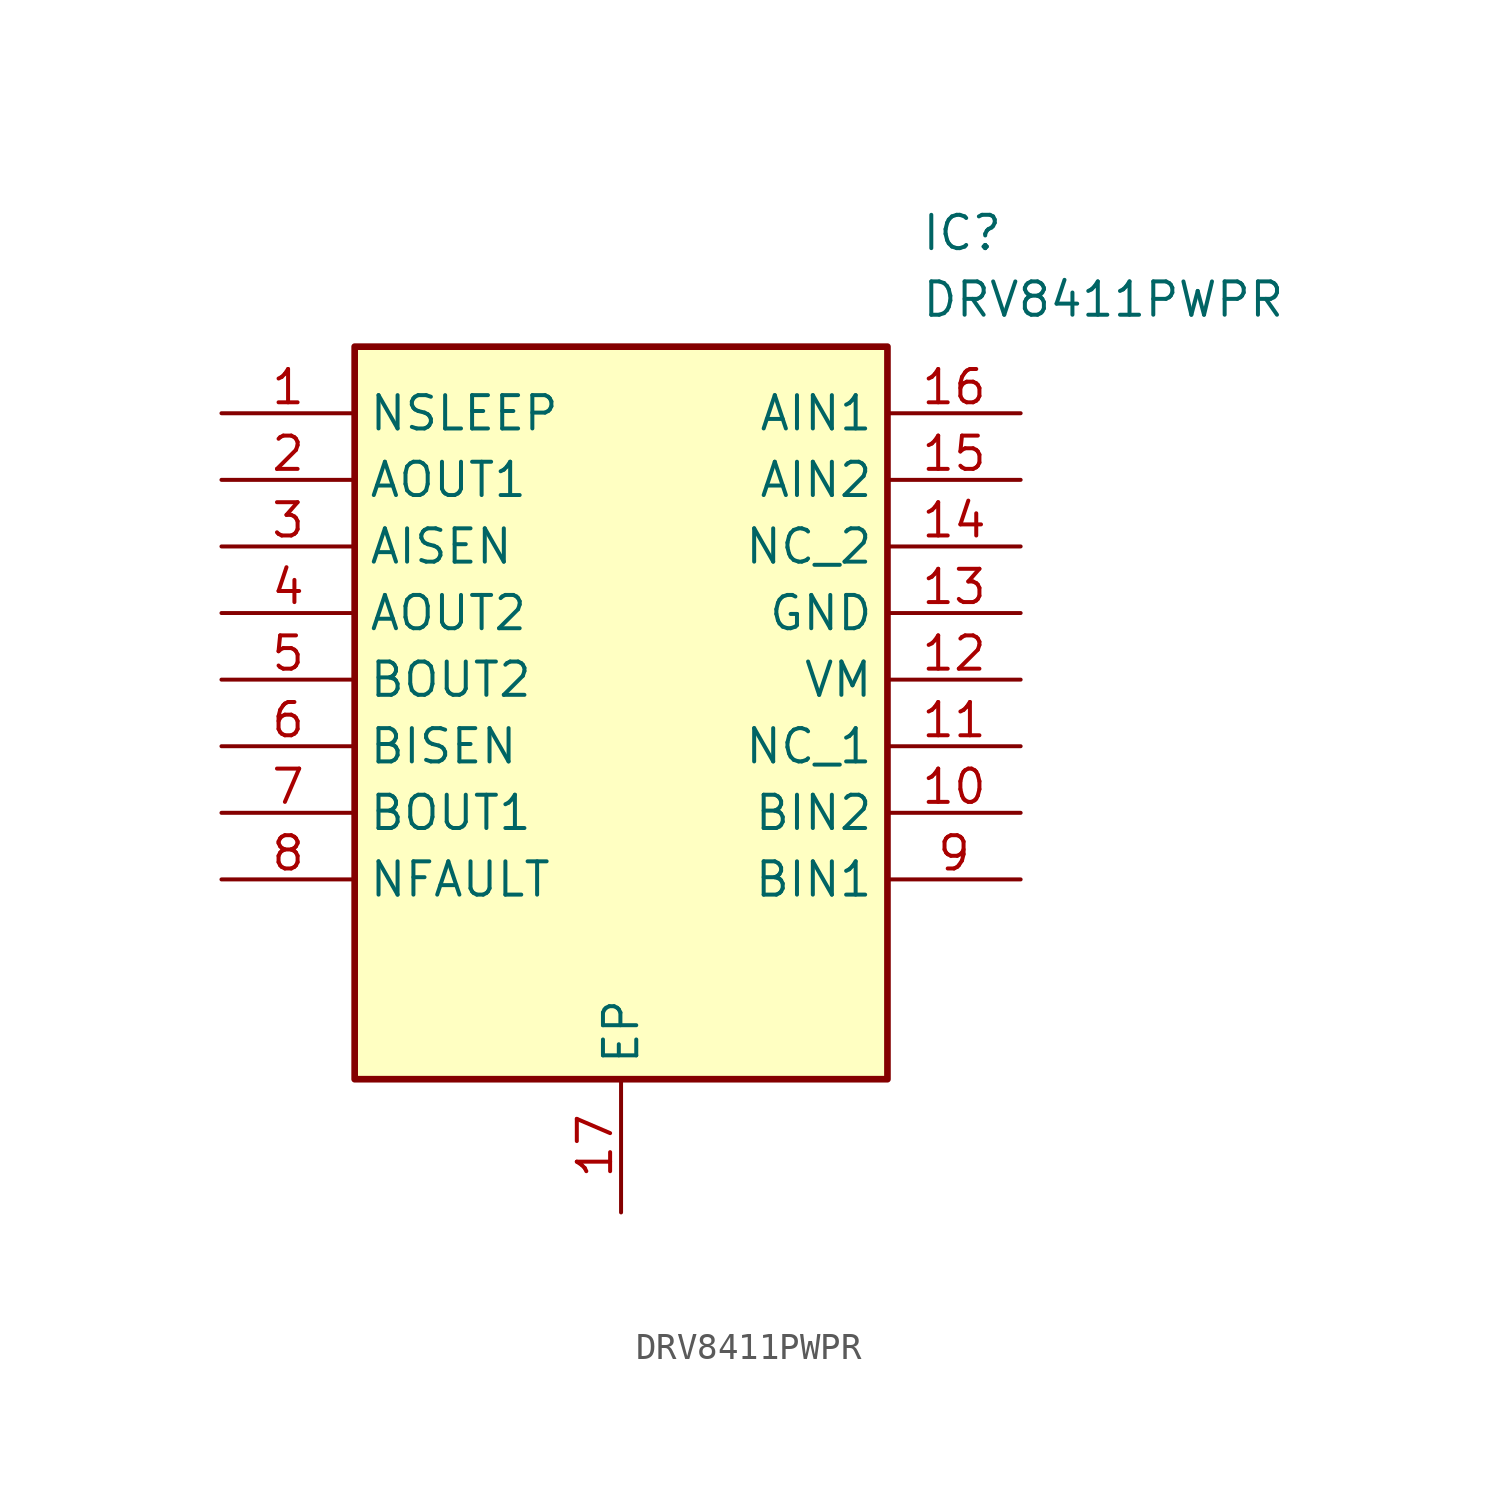
<source format=kicad_sym>
(kicad_symbol_lib
  (version 20211014)
  (generator SamacSys_ECAD_Model)
  (symbol "DRV8411PWPR"
    (property "Reference" "IC"
      (at 26.67 7.62 0)
      (effects (font (size 1.27 1.27)) (justify left top)))
    (property "Value" "DRV8411PWPR"
      (at 26.67 5.08 0)
      (effects (font (size 1.27 1.27)) (justify left top)))
    (rectangle
      (start 5.08 2.54)
      (end 25.4 -25.4)
      (stroke (width 0.254) (type default))
      (fill (type background)))
    (pin passive line
      (at 0 0 0)
      (length 5.08)
      (name "NSLEEP" (effects (font (size 1.27 1.27))))
      (number "1" (effects (font (size 1.27 1.27)))))
    (pin passive line
      (at 0 -2.54 0)
      (length 5.08)
      (name "AOUT1" (effects (font (size 1.27 1.27))))
      (number "2" (effects (font (size 1.27 1.27)))))
    (pin passive line
      (at 0 -5.08 0)
      (length 5.08)
      (name "AISEN" (effects (font (size 1.27 1.27))))
      (number "3" (effects (font (size 1.27 1.27)))))
    (pin passive line
      (at 0 -7.62 0)
      (length 5.08)
      (name "AOUT2" (effects (font (size 1.27 1.27))))
      (number "4" (effects (font (size 1.27 1.27)))))
    (pin passive line
      (at 0 -10.16 0)
      (length 5.08)
      (name "BOUT2" (effects (font (size 1.27 1.27))))
      (number "5" (effects (font (size 1.27 1.27)))))
    (pin passive line
      (at 0 -12.7 0)
      (length 5.08)
      (name "BISEN" (effects (font (size 1.27 1.27))))
      (number "6" (effects (font (size 1.27 1.27)))))
    (pin passive line
      (at 0 -15.24 0)
      (length 5.08)
      (name "BOUT1" (effects (font (size 1.27 1.27))))
      (number "7" (effects (font (size 1.27 1.27)))))
    (pin passive line
      (at 0 -17.78 0)
      (length 5.08)
      (name "NFAULT" (effects (font (size 1.27 1.27))))
      (number "8" (effects (font (size 1.27 1.27)))))
    (pin passive line
      (at 15.24 -30.48 90)
      (length 5.08)
      (name "EP" (effects (font (size 1.27 1.27))))
      (number "17" (effects (font (size 1.27 1.27)))))
    (pin passive line
      (at 30.48 0 180)
      (length 5.08)
      (name "AIN1" (effects (font (size 1.27 1.27))))
      (number "16" (effects (font (size 1.27 1.27)))))
    (pin passive line
      (at 30.48 -2.54 180)
      (length 5.08)
      (name "AIN2" (effects (font (size 1.27 1.27))))
      (number "15" (effects (font (size 1.27 1.27)))))
    (pin passive line
      (at 30.48 -5.08 180)
      (length 5.08)
      (name "NC_2" (effects (font (size 1.27 1.27))))
      (number "14" (effects (font (size 1.27 1.27)))))
    (pin passive line
      (at 30.48 -7.62 180)
      (length 5.08)
      (name "GND" (effects (font (size 1.27 1.27))))
      (number "13" (effects (font (size 1.27 1.27)))))
    (pin passive line
      (at 30.48 -10.16 180)
      (length 5.08)
      (name "VM" (effects (font (size 1.27 1.27))))
      (number "12" (effects (font (size 1.27 1.27)))))
    (pin passive line
      (at 30.48 -12.7 180)
      (length 5.08)
      (name "NC_1" (effects (font (size 1.27 1.27))))
      (number "11" (effects (font (size 1.27 1.27)))))
    (pin passive line
      (at 30.48 -15.24 180)
      (length 5.08)
      (name "BIN2" (effects (font (size 1.27 1.27))))
      (number "10" (effects (font (size 1.27 1.27)))))
    (pin passive line
      (at 30.48 -17.78 180)
      (length 5.08)
      (name "BIN1" (effects (font (size 1.27 1.27))))
      (number "9" (effects (font (size 1.27 1.27)))))))
</source>
